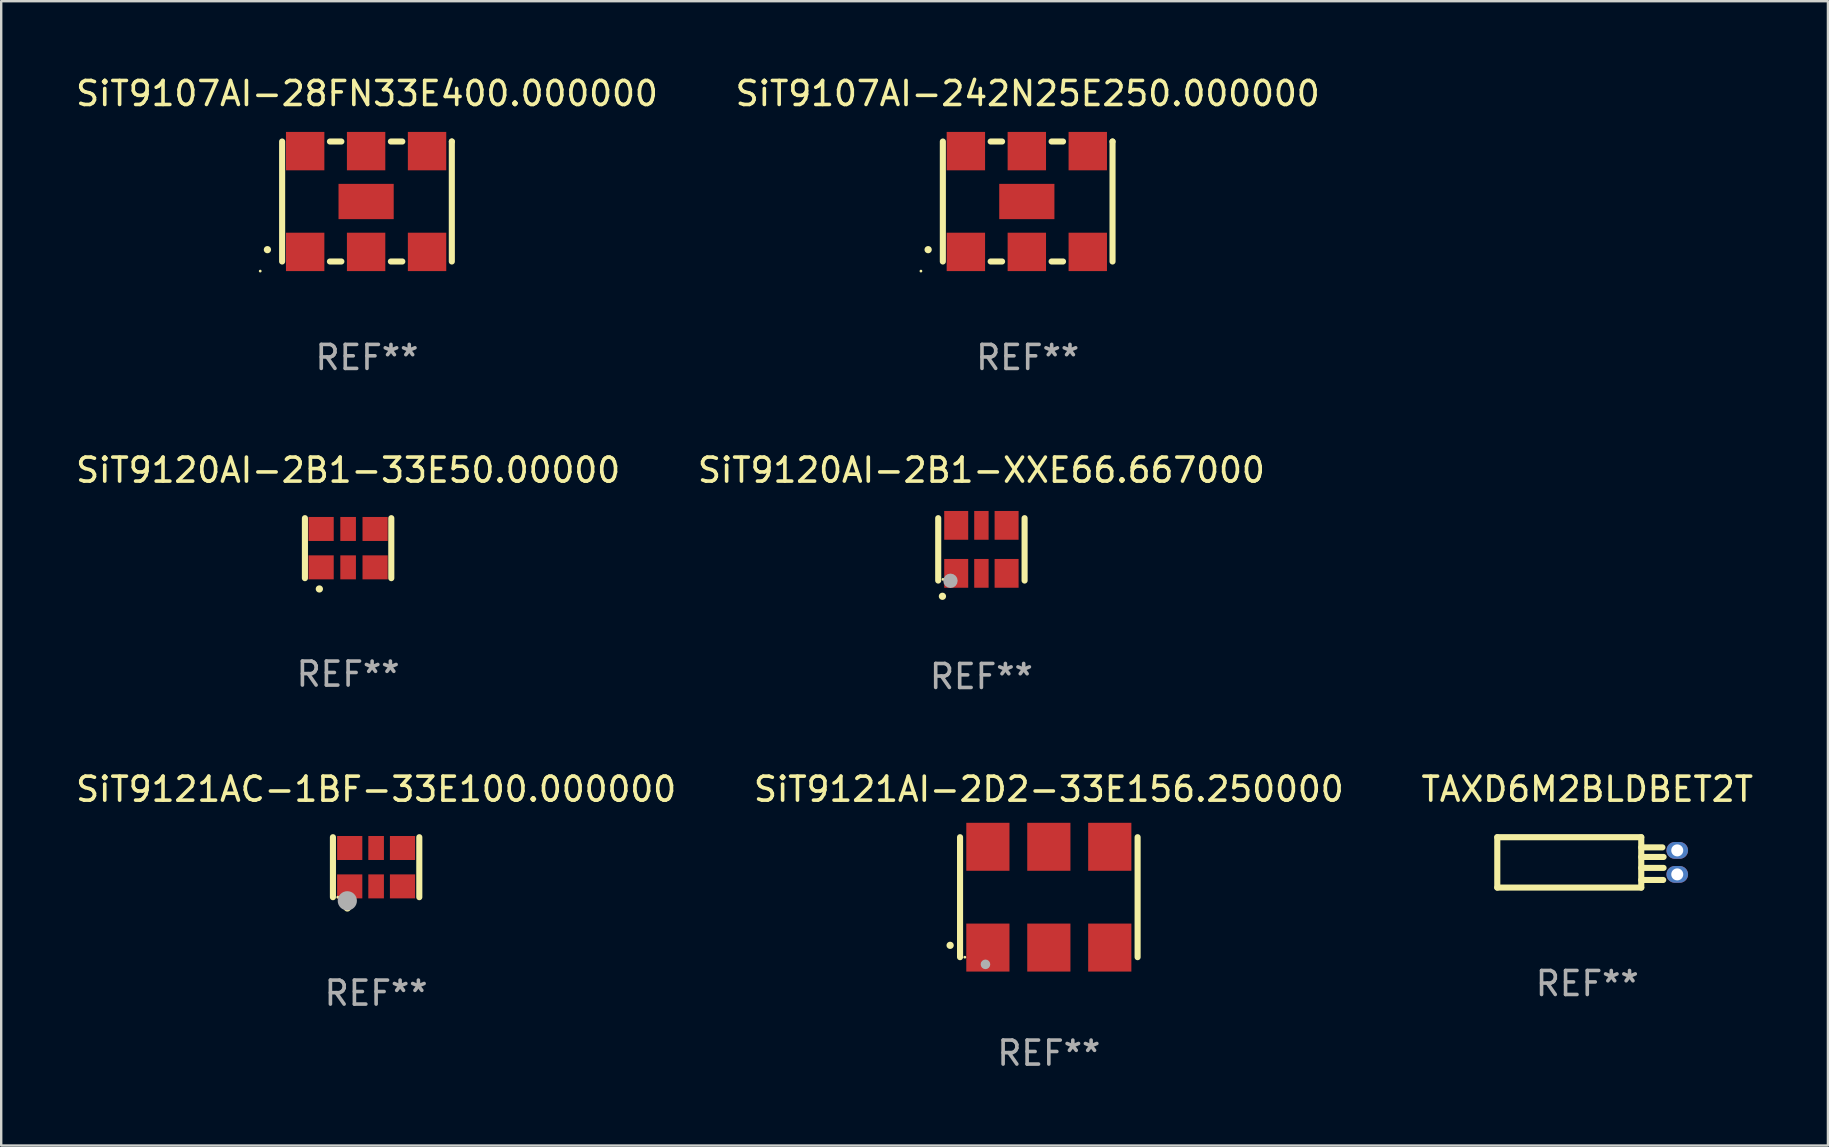
<source format=kicad_pcb>
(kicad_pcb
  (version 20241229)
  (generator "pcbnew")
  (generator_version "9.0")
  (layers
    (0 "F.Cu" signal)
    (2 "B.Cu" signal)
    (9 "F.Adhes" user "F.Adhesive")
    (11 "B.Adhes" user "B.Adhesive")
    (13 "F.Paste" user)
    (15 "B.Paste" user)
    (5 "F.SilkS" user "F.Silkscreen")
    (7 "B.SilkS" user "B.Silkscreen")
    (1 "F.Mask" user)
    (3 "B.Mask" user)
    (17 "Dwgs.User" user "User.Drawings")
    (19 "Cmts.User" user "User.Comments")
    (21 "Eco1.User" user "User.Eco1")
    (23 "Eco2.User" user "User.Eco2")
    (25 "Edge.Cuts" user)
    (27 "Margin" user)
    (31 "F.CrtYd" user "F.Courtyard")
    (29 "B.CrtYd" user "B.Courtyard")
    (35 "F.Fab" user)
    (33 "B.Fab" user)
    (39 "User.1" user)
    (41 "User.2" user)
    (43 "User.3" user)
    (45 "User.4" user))
  (footprint "SiT9120AI-2B1-33E50.00000"
    (layer "F.Cu")
    (at 11.458 19.795)
    (property "Reference" "SiT9120AI-2B1-33E50.00000" (at 0 -3.25 0) (layer "F.SilkS") (effects (font (size 1 1) (thickness 0.15))))
    (attr through_hole)
    (fp_line (start -1.8 -1.25) (end -1.8 1.25) (stroke (width 0.254) (type solid)) (layer "F.SilkS"))
    (fp_line (start 1.8 -1.25) (end 1.8 1.25) (stroke (width 0.254) (type solid)) (layer "F.SilkS"))
    (fp_arc (start -1.2 1.7) (mid -1.19873 1.699995) (end -1.19746 1.7) (stroke (width 0.3) (type solid)) (layer "F.SilkS"))
    (fp_text user "REF**" (at 0 5.25 0) (layer "F.Fab") (effects (font (size 1 1) (thickness 0.15))))
    (pad "1" smd rect (at -1.125 0.8) (size 1.05 1) (layers "F.Cu" "F.Mask" "F.Paste"))
    (pad "2" smd rect (at 0 0.8) (size 0.65 1) (layers "F.Cu" "F.Mask" "F.Paste"))
    (pad "3" smd rect (at 1.125 0.8) (size 1.05 1) (layers "F.Cu" "F.Mask" "F.Paste"))
    (pad "4" smd rect (at 1.125 -0.8) (size 1.05 1) (layers "F.Cu" "F.Mask" "F.Paste"))
    (pad "5" smd rect (at 0 -0.8) (size 0.65 1) (layers "F.Cu" "F.Mask" "F.Paste"))
    (pad "6" smd rect (at -1.125 -0.8 180) (size 1.05 1) (layers "F.Cu" "F.Mask" "F.Paste")))
  (footprint "SiT9107AI-242N25E250.000000"
    (layer "F.Cu")
    (at 39.78 5.348)
    (property "Reference" "SiT9107AI-242N25E250.000000" (at 0 -4.5 0) (layer "F.SilkS") (effects (font (size 1 1) (thickness 0.15))))
    (attr through_hole)
    (fp_line (start -3.536 -2.5) (end -3.536 2.5) (stroke (width 0.254) (type solid)) (layer "F.SilkS"))
    (fp_line (start -1.544 2.5) (end -1.067 2.5) (stroke (width 0.254) (type solid)) (layer "F.SilkS"))
    (fp_line (start -1.067 -2.5) (end -1.544 -2.5) (stroke (width 0.254) (type solid)) (layer "F.SilkS"))
    (fp_line (start 0.996 2.5) (end 1.473 2.5) (stroke (width 0.254) (type solid)) (layer "F.SilkS"))
    (fp_line (start 1.473 -2.5) (end 0.996 -2.5) (stroke (width 0.254) (type solid)) (layer "F.SilkS"))
    (fp_line (start 3.536 -2.5) (end 3.536 -2.5) (stroke (width 0.254) (type solid)) (layer "F.SilkS"))
    (fp_line (start 3.536 2.5) (end 3.536 -2.5) (stroke (width 0.254) (type solid)) (layer "F.SilkS"))
    (fp_arc (start -4.150432 2.006604) (mid -4.149162 2.006599) (end -4.147892 2.006604) (stroke (width 0.3) (type solid)) (layer "F.SilkS"))
    (fp_circle (center -4.449 2.9) (end -4.419 2.9) (stroke (width 0.06) (type solid)) (fill no) (layer "F.SilkS"))
    (fp_text user "REF**" (at 0 6.5 0) (layer "F.Fab") (effects (font (size 1 1) (thickness 0.15))))
    (pad "1" smd rect (at -2.576 2.1) (size 1.6 1.6) (layers "F.Cu" "F.Mask" "F.Paste"))
    (pad "2" smd rect (at -0.036 2.1) (size 1.6 1.6) (layers "F.Cu" "F.Mask" "F.Paste"))
    (pad "3" smd rect (at 2.504 2.1) (size 1.6 1.6) (layers "F.Cu" "F.Mask" "F.Paste"))
    (pad "4" smd rect (at 2.504 -2.1) (size 1.6 1.6) (layers "F.Cu" "F.Mask" "F.Paste"))
    (pad "5" smd rect (at -0.036 -2.1) (size 1.6 1.6) (layers "F.Cu" "F.Mask" "F.Paste"))
    (pad "6" smd rect (at -2.576 -2.1) (size 1.6 1.6) (layers "F.Cu" "F.Mask" "F.Paste"))
    (pad "7" smd rect (at -0.036 0) (size 2.3 1.47) (layers "F.Cu" "F.Mask" "F.Paste")))
  (footprint "SiT9107AI-28FN33E400.000000"
    (layer "F.Cu")
    (at 12.244 5.348)
    (property "Reference" "SiT9107AI-28FN33E400.000000" (at 0 -4.5 0) (layer "F.SilkS") (effects (font (size 1 1) (thickness 0.15))))
    (attr through_hole)
    (fp_line (start -3.536 -2.5) (end -3.536 2.5) (stroke (width 0.254) (type solid)) (layer "F.SilkS"))
    (fp_line (start -1.544 2.5) (end -1.067 2.5) (stroke (width 0.254) (type solid)) (layer "F.SilkS"))
    (fp_line (start -1.067 -2.5) (end -1.544 -2.5) (stroke (width 0.254) (type solid)) (layer "F.SilkS"))
    (fp_line (start 0.996 2.5) (end 1.473 2.5) (stroke (width 0.254) (type solid)) (layer "F.SilkS"))
    (fp_line (start 1.473 -2.5) (end 0.996 -2.5) (stroke (width 0.254) (type solid)) (layer "F.SilkS"))
    (fp_line (start 3.536 -2.5) (end 3.536 -2.5) (stroke (width 0.254) (type solid)) (layer "F.SilkS"))
    (fp_line (start 3.536 2.5) (end 3.536 -2.5) (stroke (width 0.254) (type solid)) (layer "F.SilkS"))
    (fp_arc (start -4.150432 2.006604) (mid -4.149162 2.006599) (end -4.147892 2.006604) (stroke (width 0.3) (type solid)) (layer "F.SilkS"))
    (fp_circle (center -4.449 2.9) (end -4.419 2.9) (stroke (width 0.06) (type solid)) (fill no) (layer "F.SilkS"))
    (fp_text user "REF**" (at 0 6.5 0) (layer "F.Fab") (effects (font (size 1 1) (thickness 0.15))))
    (pad "1" smd rect (at -2.576 2.1) (size 1.6 1.6) (layers "F.Cu" "F.Mask" "F.Paste"))
    (pad "2" smd rect (at -0.036 2.1) (size 1.6 1.6) (layers "F.Cu" "F.Mask" "F.Paste"))
    (pad "3" smd rect (at 2.504 2.1) (size 1.6 1.6) (layers "F.Cu" "F.Mask" "F.Paste"))
    (pad "4" smd rect (at 2.504 -2.1) (size 1.6 1.6) (layers "F.Cu" "F.Mask" "F.Paste"))
    (pad "5" smd rect (at -0.036 -2.1) (size 1.6 1.6) (layers "F.Cu" "F.Mask" "F.Paste"))
    (pad "6" smd rect (at -2.576 -2.1) (size 1.6 1.6) (layers "F.Cu" "F.Mask" "F.Paste"))
    (pad "7" smd rect (at -0.036 0) (size 2.3 1.47) (layers "F.Cu" "F.Mask" "F.Paste")))
  (footprint "SiT9120AI-2B1-XXE66.667000"
    (layer "F.Cu")
    (at 37.851 19.845)
    (property "Reference" "SiT9120AI-2B1-XXE66.667000" (at 0 -3.3 0) (layer "F.SilkS") (effects (font (size 1 1) (thickness 0.15))))
    (attr through_hole)
    (fp_line (start -1.8 -1.3) (end -1.8 1.3) (stroke (width 0.254) (type solid)) (layer "F.SilkS"))
    (fp_line (start 1.8 -1.3) (end 1.8 1.3) (stroke (width 0.254) (type solid)) (layer "F.SilkS"))
    (fp_arc (start -1.625603 1.955804) (mid -1.624333 1.955799) (end -1.623063 1.955804) (stroke (width 0.3) (type solid)) (layer "F.SilkS"))
    (fp_circle (center -1.6 1.25) (end -1.57 1.25) (stroke (width 0.06) (type solid)) (fill no) (layer "F.SilkS"))
    (fp_circle (center -1.29 1.31) (end -1.14 1.31) (stroke (width 0.3) (type solid)) (fill no) (layer "F.Fab"))
    (fp_text user "REF**" (at 0 5.3 0) (layer "F.Fab") (effects (font (size 1 1) (thickness 0.15))))
    (pad "1" smd rect (at -1.05 1) (size 1 1.2) (layers "F.Cu" "F.Mask" "F.Paste"))
    (pad "2" smd rect (at 0 1) (size 0.6 1.2) (layers "F.Cu" "F.Mask" "F.Paste"))
    (pad "3" smd rect (at 1.05 1) (size 1 1.2) (layers "F.Cu" "F.Mask" "F.Paste"))
    (pad "4" smd rect (at 1.05 -1) (size 1 1.2) (layers "F.Cu" "F.Mask" "F.Paste"))
    (pad "5" smd rect (at 0 -1) (size 0.6 1.2) (layers "F.Cu" "F.Mask" "F.Paste"))
    (pad "6" smd rect (at -1.05 -1) (size 1 1.2) (layers "F.Cu" "F.Mask" "F.Paste")))
  (footprint "TAXD6M2BLDBET2T"
    (layer "F.Cu")
    (at 63.101 32.891)
    (property "Reference" "TAXD6M2BLDBET2T" (at 0 -3.05 0) (layer "F.SilkS") (effects (font (size 1 1) (thickness 0.15))))
    (attr through_hole)
    (fp_line (start -3.75 -1.05) (end -3.75 1.05) (stroke (width 0.254) (type solid)) (layer "F.SilkS"))
    (fp_line (start 2.25 -1.05) (end -3.75 -1.05) (stroke (width 0.254) (type solid)) (layer "F.SilkS"))
    (fp_line (start 2.25 -1.05) (end 2.25 1.05) (stroke (width 0.254) (type solid)) (layer "F.SilkS"))
    (fp_line (start 2.25 -0.626) (end 3.132 -0.626) (stroke (width 0.254) (type solid)) (layer "F.SilkS"))
    (fp_line (start 2.25 -0.226) (end 3.181 -0.226) (stroke (width 0.254) (type solid)) (layer "F.SilkS"))
    (fp_line (start 2.25 0.23) (end 3.18 0.23) (stroke (width 0.254) (type solid)) (layer "F.SilkS"))
    (fp_line (start 2.25 0.733) (end 3.164 0.733) (stroke (width 0.254) (type solid)) (layer "F.SilkS"))
    (fp_line (start 2.25 1.05) (end -3.75 1.05) (stroke (width 0.254) (type solid)) (layer "F.SilkS"))
    (fp_circle (center -3.74 -0.98) (end -3.71 -0.98) (stroke (width 0.06) (type solid)) (fill no) (layer "F.SilkS"))
    (fp_text user "REF**" (at 0 5.05 0) (layer "F.Fab") (effects (font (size 1 1) (thickness 0.15))))
    (pad "1" thru_hole oval (at 3.75 -0.5) (size 0.9 0.7) (drill 0.5) (layers "*.Cu" "*.Mask"))
    (pad "2" thru_hole oval (at 3.75 0.5) (size 0.9 0.7) (drill 0.5) (layers "*.Cu" "*.Mask")))
  (footprint "SiT9121AC-1BF-33E100.000000"
    (layer "F.Cu")
    (at 12.625 33.091)
    (property "Reference" "SiT9121AC-1BF-33E100.000000" (at 0 -3.25 0) (layer "F.SilkS") (effects (font (size 1 1) (thickness 0.15))))
    (attr through_hole)
    (fp_line (start -1.8 -1.25) (end -1.8 1.25) (stroke (width 0.254) (type solid)) (layer "F.SilkS"))
    (fp_line (start 1.8 -1.25) (end 1.8 1.25) (stroke (width 0.254) (type solid)) (layer "F.SilkS"))
    (fp_arc (start -1.2 1.7) (mid -1.19873 1.699995) (end -1.19746 1.7) (stroke (width 0.3) (type solid)) (layer "F.SilkS"))
    (fp_circle (center -1.6 1.25) (end -1.57 1.25) (stroke (width 0.06) (type solid)) (fill no) (layer "F.SilkS"))
    (fp_circle (center -1.2 1.4) (end -1 1.4) (stroke (width 0.4) (type solid)) (fill no) (layer "F.Fab"))
    (fp_text user "REF**" (at 0 5.25 0) (layer "F.Fab") (effects (font (size 1 1) (thickness 0.15))))
    (pad "1" smd rect (at -1.1 0.8) (size 1.05 1) (layers "F.Cu" "F.Mask" "F.Paste"))
    (pad "2" smd rect (at 0 0.8) (size 0.65 1) (layers "F.Cu" "F.Mask" "F.Paste"))
    (pad "3" smd rect (at 1.1 0.8) (size 1.05 1) (layers "F.Cu" "F.Mask" "F.Paste"))
    (pad "4" smd rect (at 1.1 -0.8) (size 1.05 1) (layers "F.Cu" "F.Mask" "F.Paste"))
    (pad "5" smd rect (at 0 -0.8) (size 0.65 1) (layers "F.Cu" "F.Mask" "F.Paste"))
    (pad "6" smd rect (at -1.1 -0.8 180) (size 1.05 1) (layers "F.Cu" "F.Mask" "F.Paste")))
  (footprint "SiT9121AI-2D2-33E156.250000"
    (layer "F.Cu")
    (at 40.661 34.341)
    (property "Reference" "SiT9121AI-2D2-33E156.250000" (at 0 -4.5 0) (layer "F.SilkS") (effects (font (size 1 1) (thickness 0.15))))
    (attr through_hole)
    (fp_line (start -3.7 -2.5) (end -3.7 2.5) (stroke (width 0.254) (type solid)) (layer "F.SilkS"))
    (fp_line (start 3.7 -2.5) (end 3.7 2.5) (stroke (width 0.254) (type solid)) (layer "F.SilkS"))
    (fp_arc (start -4.114415 2.006604) (mid -4.113145 2.006599) (end -4.111875 2.006604) (stroke (width 0.3) (type solid)) (layer "F.SilkS"))
    (fp_circle (center -3.5 2.501) (end -3.47 2.501) (stroke (width 0.06) (type solid)) (fill no) (layer "F.SilkS"))
    (fp_circle (center -2.641 2.799) (end -2.541 2.799) (stroke (width 0.2) (type solid)) (fill no) (layer "F.Fab"))
    (fp_text user "REF**" (at 0 6.5 0) (layer "F.Fab") (effects (font (size 1 1) (thickness 0.15))))
    (pad "1" smd rect (at -2.54 2.1) (size 1.8 2) (layers "F.Cu" "F.Mask" "F.Paste"))
    (pad "2" smd rect (at 0.000394 2.1) (size 1.8 2) (layers "F.Cu" "F.Mask" "F.Paste"))
    (pad "3" smd rect (at 2.54 2.1) (size 1.8 2) (layers "F.Cu" "F.Mask" "F.Paste"))
    (pad "4" smd rect (at 2.54 -2.1) (size 1.8 2) (layers "F.Cu" "F.Mask" "F.Paste"))
    (pad "5" smd rect (at 0.000394 -2.1) (size 1.8 2) (layers "F.Cu" "F.Mask" "F.Paste"))
    (pad "6" smd rect (at -2.54 -2.1) (size 1.8 2) (layers "F.Cu" "F.Mask" "F.Paste")))
  (gr_rect
    (start -3 -3)
    (end 73.131 44.69)
    (stroke (width 0.1) (type default))
    (fill no)
    (layer "Edge.Cuts")))
</source>
